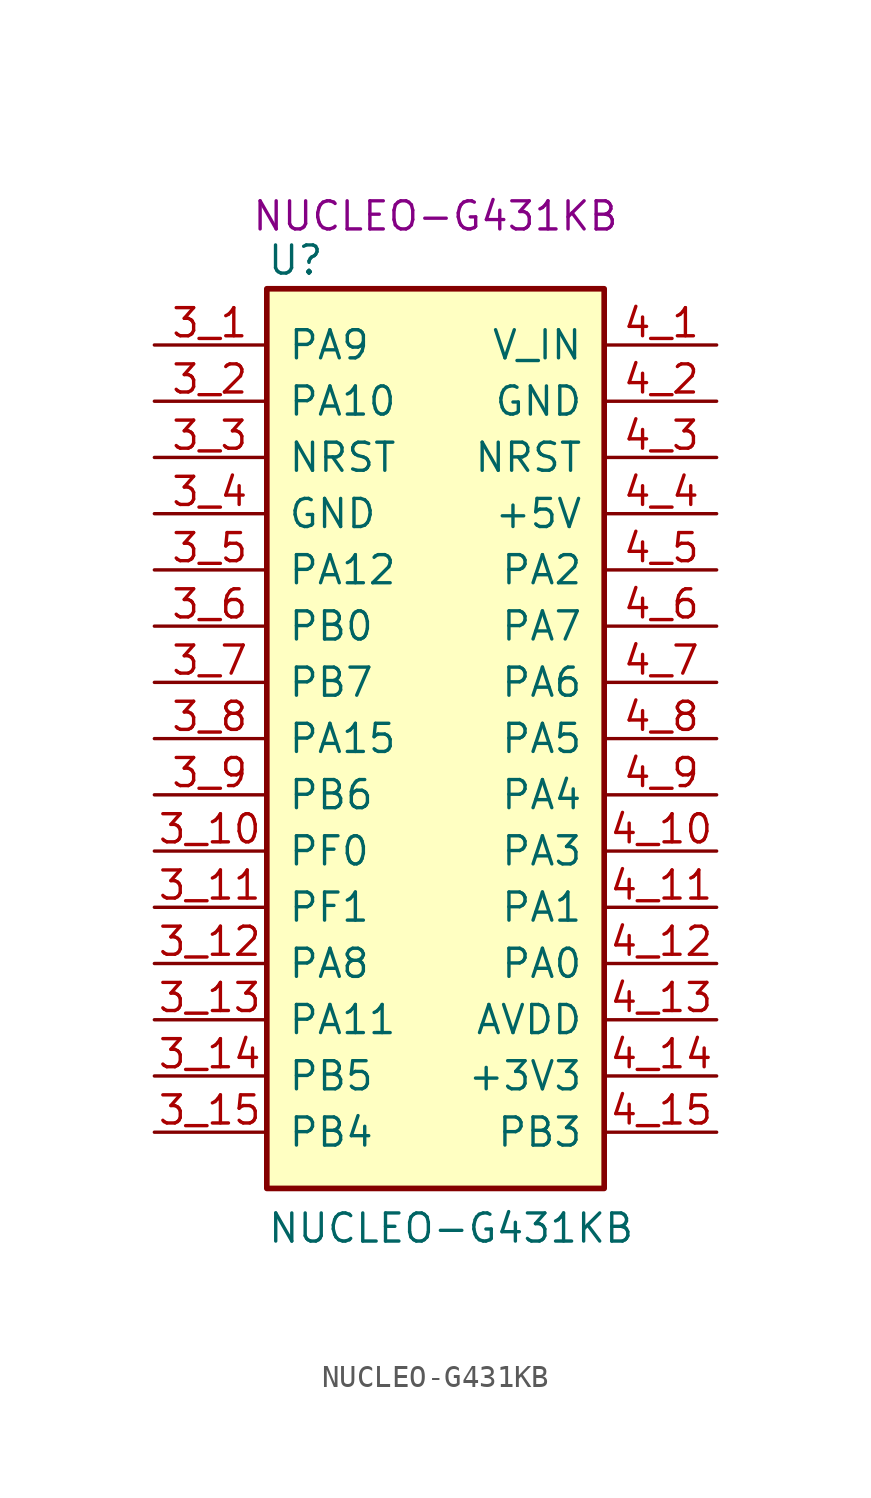
<source format=kicad_sym>
(kicad_symbol_lib
  (version 20211014)
  (generator kicad_symbol_editor)
  (symbol "NUCLEO-G431KB"
    (pin_names
      (offset 1.016))
    (property "Reference" "U"
      (at -7.629 25.946 0)
      (effects (font (size 1.27 1.27)) (justify left bottom)))
    (property "Value" "NUCLEO-G431KB"
      (at -7.62 -17.78 0)
      (effects (font (size 1.27 1.27)) (justify left bottom)))
    (property "Footprint" "NUCLEO-G431KB"
      (at 0 27.94 0)
      (effects (font (size 1.27 1.27)) (justify bottom)))
    (symbol "NUCLEO-G431KB_1_0"
      (rectangle (start -7.62 25.4) (end 7.62 -15.24) (stroke (width 0.254) (type default) (color 0 0 0 0)) (fill (type background))))
    (symbol "NUCLEO-G431KB_1_1"
      (pin bidirectional line (at -12.7 22.86 0) (length 5) (name "PA9" (effects (font (size 1.27 1.27)))) (number "3_1" (effects (font (size 1.27 1.27)))))
      (pin bidirectional line (at -12.7 0 0) (length 5) (name "PF0" (effects (font (size 1.27 1.27)))) (number "3_10" (effects (font (size 1.27 1.27)))))
      (pin bidirectional line (at -12.7 -2.54 0) (length 5) (name "PF1" (effects (font (size 1.27 1.27)))) (number "3_11" (effects (font (size 1.27 1.27)))))
      (pin bidirectional line (at -12.7 -5.08 0) (length 5) (name "PA8" (effects (font (size 1.27 1.27)))) (number "3_12" (effects (font (size 1.27 1.27)))))
      (pin bidirectional line (at -12.7 -7.62 0) (length 5) (name "PA11" (effects (font (size 1.27 1.27)))) (number "3_13" (effects (font (size 1.27 1.27)))))
      (pin bidirectional line (at -12.7 -10.16 0) (length 5) (name "PB5" (effects (font (size 1.27 1.27)))) (number "3_14" (effects (font (size 1.27 1.27)))))
      (pin bidirectional line (at -12.7 -12.7 0) (length 5) (name "PB4" (effects (font (size 1.27 1.27)))) (number "3_15" (effects (font (size 1.27 1.27)))))
      (pin bidirectional line (at -12.7 20.32 0) (length 5) (name "PA10" (effects (font (size 1.27 1.27)))) (number "3_2" (effects (font (size 1.27 1.27)))))
      (pin bidirectional line (at -12.7 17.78 0) (length 5) (name "NRST" (effects (font (size 1.27 1.27)))) (number "3_3" (effects (font (size 1.27 1.27)))))
      (pin bidirectional line (at -12.7 15.24 0) (length 5) (name "GND" (effects (font (size 1.27 1.27)))) (number "3_4" (effects (font (size 1.27 1.27)))))
      (pin bidirectional line (at -12.7 12.7 0) (length 5) (name "PA12" (effects (font (size 1.27 1.27)))) (number "3_5" (effects (font (size 1.27 1.27)))))
      (pin bidirectional line (at -12.7 10.16 0) (length 5) (name "PB0" (effects (font (size 1.27 1.27)))) (number "3_6" (effects (font (size 1.27 1.27)))))
      (pin bidirectional line (at -12.7 7.62 0) (length 5) (name "PB7" (effects (font (size 1.27 1.27)))) (number "3_7" (effects (font (size 1.27 1.27)))))
      (pin bidirectional line (at -12.7 5.08 0) (length 5) (name "PA15" (effects (font (size 1.27 1.27)))) (number "3_8" (effects (font (size 1.27 1.27)))))
      (pin bidirectional line (at -12.7 2.54 0) (length 5) (name "PB6" (effects (font (size 1.27 1.27)))) (number "3_9" (effects (font (size 1.27 1.27)))))
      (pin bidirectional line (at 12.7 22.86 180) (length 5) (name "V_IN" (effects (font (size 1.27 1.27)))) (number "4_1" (effects (font (size 1.27 1.27)))))
      (pin bidirectional line (at 12.7 0 180) (length 5) (name "PA3" (effects (font (size 1.27 1.27)))) (number "4_10" (effects (font (size 1.27 1.27)))))
      (pin bidirectional line (at 12.7 -2.54 180) (length 5) (name "PA1" (effects (font (size 1.27 1.27)))) (number "4_11" (effects (font (size 1.27 1.27)))))
      (pin bidirectional line (at 12.7 -5.08 180) (length 5) (name "PA0" (effects (font (size 1.27 1.27)))) (number "4_12" (effects (font (size 1.27 1.27)))))
      (pin bidirectional line (at 12.7 -7.62 180) (length 5) (name "AVDD" (effects (font (size 1.27 1.27)))) (number "4_13" (effects (font (size 1.27 1.27)))))
      (pin bidirectional line (at 12.7 -10.16 180) (length 5) (name "+3V3" (effects (font (size 1.27 1.27)))) (number "4_14" (effects (font (size 1.27 1.27)))))
      (pin bidirectional line (at 12.7 -12.7 180) (length 5) (name "PB3" (effects (font (size 1.27 1.27)))) (number "4_15" (effects (font (size 1.27 1.27)))))
      (pin bidirectional line (at 12.7 20.32 180) (length 5) (name "GND" (effects (font (size 1.27 1.27)))) (number "4_2" (effects (font (size 1.27 1.27)))))
      (pin bidirectional line (at 12.7 17.78 180) (length 5) (name "NRST" (effects (font (size 1.27 1.27)))) (number "4_3" (effects (font (size 1.27 1.27)))))
      (pin bidirectional line (at 12.7 15.24 180) (length 5) (name "+5V" (effects (font (size 1.27 1.27)))) (number "4_4" (effects (font (size 1.27 1.27)))))
      (pin bidirectional line (at 12.7 12.7 180) (length 5) (name "PA2" (effects (font (size 1.27 1.27)))) (number "4_5" (effects (font (size 1.27 1.27)))))
      (pin bidirectional line (at 12.7 10.16 180) (length 5) (name "PA7" (effects (font (size 1.27 1.27)))) (number "4_6" (effects (font (size 1.27 1.27)))))
      (pin bidirectional line (at 12.7 7.62 180) (length 5) (name "PA6" (effects (font (size 1.27 1.27)))) (number "4_7" (effects (font (size 1.27 1.27)))))
      (pin bidirectional line (at 12.7 5.08 180) (length 5) (name "PA5" (effects (font (size 1.27 1.27)))) (number "4_8" (effects (font (size 1.27 1.27)))))
      (pin bidirectional line (at 12.7 2.54 180) (length 5) (name "PA4" (effects (font (size 1.27 1.27)))) (number "4_9" (effects (font (size 1.27 1.27))))))))
</source>
